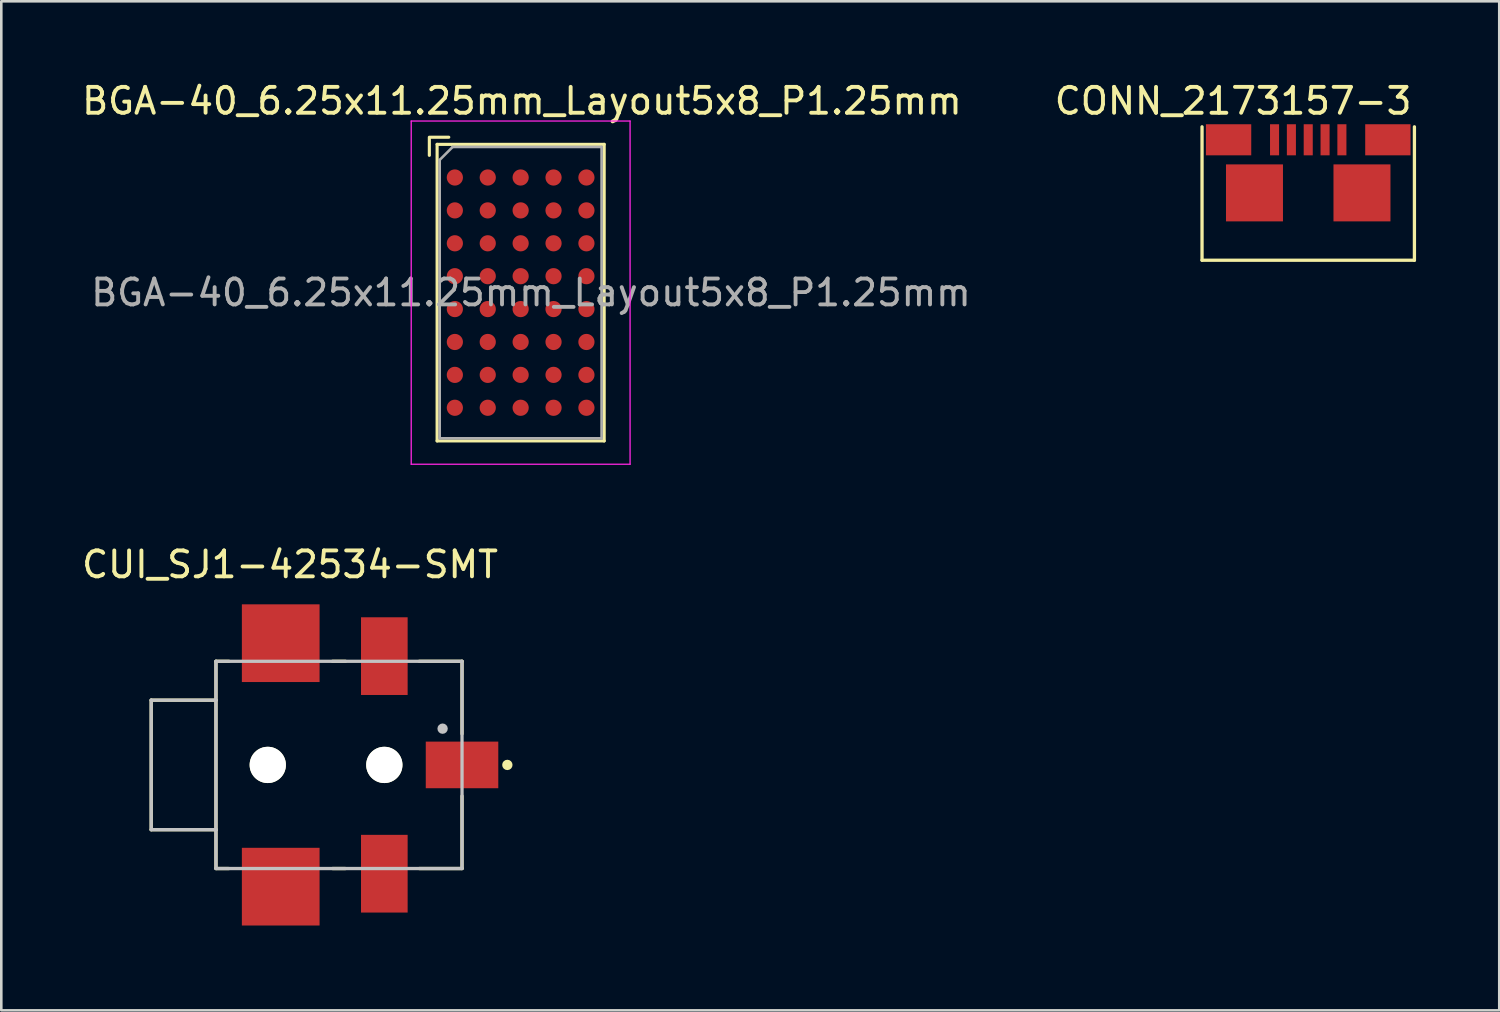
<source format=kicad_pcb>
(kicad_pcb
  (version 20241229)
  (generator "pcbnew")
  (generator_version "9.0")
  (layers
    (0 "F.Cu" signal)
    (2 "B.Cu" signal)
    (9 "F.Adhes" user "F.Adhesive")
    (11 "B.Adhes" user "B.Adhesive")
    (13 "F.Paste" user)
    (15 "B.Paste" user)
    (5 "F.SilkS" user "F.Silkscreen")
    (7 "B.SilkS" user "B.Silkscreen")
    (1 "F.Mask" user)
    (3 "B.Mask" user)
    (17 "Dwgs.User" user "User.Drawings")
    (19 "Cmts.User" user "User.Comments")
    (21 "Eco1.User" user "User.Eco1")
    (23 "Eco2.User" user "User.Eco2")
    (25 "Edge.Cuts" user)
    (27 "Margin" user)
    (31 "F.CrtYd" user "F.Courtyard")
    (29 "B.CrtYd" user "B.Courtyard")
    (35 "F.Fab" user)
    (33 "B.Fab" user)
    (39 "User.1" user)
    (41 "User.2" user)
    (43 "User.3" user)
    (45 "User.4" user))
  (footprint "CONN_2173157-3"
    (layer "F.Cu")
    (at 47.458 2.347)
    (property "Reference" "CONN_2173157-3" (at -2.9 -1.498 0) (layer "F.SilkS") (effects (font (size 1 1) (thickness 0.15))))
    (attr smd)
    (fp_line (start -4.1 -0.501) (end -4.1 4.65) (stroke (width 0.127) (type solid)) (layer "F.SilkS"))
    (fp_line (start -4.1 4.65) (end 4.1 4.65) (stroke (width 0.127) (type solid)) (layer "F.SilkS"))
    (fp_line (start 4.1 4.65) (end 4.1 -0.501) (stroke (width 0.127) (type solid)) (layer "F.SilkS"))
    (fp_line (start -4.35 -0.9) (end -4.35 4.9) (stroke (width 0.05) (type solid)) (layer "Eco1.User"))
    (fp_line (start -4.35 4.9) (end 4.35 4.9) (stroke (width 0.05) (type solid)) (layer "Eco1.User"))
    (fp_line (start 4.35 -0.9) (end -4.35 -0.9) (stroke (width 0.05) (type solid)) (layer "Eco1.User"))
    (fp_line (start 4.35 4.9) (end 4.35 -0.9) (stroke (width 0.05) (type solid)) (layer "Eco1.User"))
    (fp_line (start -4.1 -0.5) (end -4.1 4.65) (stroke (width 0.127) (type solid)) (layer "Eco2.User"))
    (fp_line (start -4.1 4.65) (end 4.1 4.65) (stroke (width 0.127) (type solid)) (layer "Eco2.User"))
    (fp_line (start 4.1 -0.5) (end -4.1 -0.5) (stroke (width 0.127) (type solid)) (layer "Eco2.User"))
    (fp_line (start 4.1 4.65) (end 4.1 -0.5) (stroke (width 0.127) (type solid)) (layer "Eco2.User"))
    (pad "1" smd rect (at -1.3 0 90) (size 1.2 0.35) (layers "F.Cu" "F.Mask" "F.Paste"))
    (pad "2" smd rect (at -0.65 0 90) (size 1.2 0.35) (layers "F.Cu" "F.Mask" "F.Paste"))
    (pad "3" smd rect (at 0 0 90) (size 1.2 0.35) (layers "F.Cu" "F.Mask" "F.Paste"))
    (pad "4" smd rect (at 0.65 0 90) (size 1.2 0.35) (layers "F.Cu" "F.Mask" "F.Paste"))
    (pad "5" smd rect (at 1.3 0 90) (size 1.2 0.35) (layers "F.Cu" "F.Mask" "F.Paste"))
    (pad "S1" smd rect (at -3.075 0) (size 1.75 1.2) (layers "F.Cu" "F.Mask" "F.Paste"))
    (pad "S2" smd rect (at 3.075 0) (size 1.75 1.2) (layers "F.Cu" "F.Mask" "F.Paste"))
    (pad "S3" smd rect (at -2.075 2.05) (size 2.2 2.2) (layers "F.Cu" "F.Mask" "F.Paste"))
    (pad "S4" smd rect (at 2.075 2.05) (size 2.2 2.2) (layers "F.Cu" "F.Mask" "F.Paste")))
  (footprint "BGA-40_6.25x11.25mm_Layout5x8_P1.25mm"
    (layer "F.Cu")
    (at 17.051 8.248)
    (property "Reference" "BGA-40_6.25x11.25mm_Layout5x8_P1.25mm" (at 0.05 -7.4 0) (layer "F.SilkS") (effects (font (size 1 1) (thickness 0.15))))
    (attr smd)
    (fp_line (start -3.525 -5.3) (end -3.525 -6) (stroke (width 0.12) (type solid)) (layer "F.SilkS"))
    (fp_line (start -3.475 -6) (end -2.775 -6) (stroke (width 0.12) (type solid)) (layer "F.SilkS"))
    (fp_line (start -3.225 -5.725) (end 3.225 -5.725) (stroke (width 0.12) (type solid)) (layer "F.SilkS"))
    (fp_line (start -3.225 5.725) (end -3.225 -5.725) (stroke (width 0.12) (type solid)) (layer "F.SilkS"))
    (fp_line (start 3.225 -5.725) (end 3.225 5.725) (stroke (width 0.12) (type solid)) (layer "F.SilkS"))
    (fp_line (start 3.225 5.725) (end -3.225 5.725) (stroke (width 0.12) (type solid)) (layer "F.SilkS"))
    (fp_line (start -4.225 -6.625) (end -4.225 6.625) (stroke (width 0.05) (type solid)) (layer "F.CrtYd"))
    (fp_line (start -4.225 -6.625) (end 4.225 -6.625) (stroke (width 0.05) (type solid)) (layer "F.CrtYd"))
    (fp_line (start 4.225 6.625) (end -4.225 6.625) (stroke (width 0.05) (type solid)) (layer "F.CrtYd"))
    (fp_line (start 4.225 6.625) (end 4.225 -6.625) (stroke (width 0.05) (type solid)) (layer "F.CrtYd"))
    (fp_line (start -3.125 -5.125) (end -2.625 -5.625) (stroke (width 0.1) (type solid)) (layer "F.Fab"))
    (fp_line (start -3.125 5.625) (end -3.125 -5.125) (stroke (width 0.1) (type solid)) (layer "F.Fab"))
    (fp_line (start -2.625 -5.625) (end 3.125 -5.625) (stroke (width 0.1) (type solid)) (layer "F.Fab"))
    (fp_line (start 3.125 -5.625) (end 3.125 5.625) (stroke (width 0.1) (type solid)) (layer "F.Fab"))
    (fp_line (start 3.125 5.625) (end -3.125 5.625) (stroke (width 0.1) (type solid)) (layer "F.Fab"))
    (fp_text user "${REFERENCE}" (at 0.4 0 0) (layer "F.Fab") (effects (font (size 1 1) (thickness 0.15))))
    (pad "A1" smd circle (at -2.54 -4.445) (size 0.625 0.625) (layers "F.Cu" "F.Mask" "F.Paste"))
    (pad "A2" smd circle (at -1.27 -4.445) (size 0.625 0.625) (layers "F.Cu" "F.Mask" "F.Paste"))
    (pad "A3" smd circle (at 0 -4.445) (size 0.625 0.625) (layers "F.Cu" "F.Mask" "F.Paste"))
    (pad "A4" smd circle (at 1.27 -4.445) (size 0.625 0.625) (layers "F.Cu" "F.Mask" "F.Paste"))
    (pad "A5" smd circle (at 2.54 -4.445) (size 0.625 0.625) (layers "F.Cu" "F.Mask" "F.Paste"))
    (pad "B1" smd circle (at -2.54 -3.175) (size 0.625 0.625) (layers "F.Cu" "F.Mask" "F.Paste"))
    (pad "B2" smd circle (at -1.27 -3.175) (size 0.625 0.625) (layers "F.Cu" "F.Mask" "F.Paste"))
    (pad "B3" smd circle (at 0 -3.175) (size 0.625 0.625) (layers "F.Cu" "F.Mask" "F.Paste"))
    (pad "B4" smd circle (at 1.27 -3.175) (size 0.625 0.625) (layers "F.Cu" "F.Mask" "F.Paste"))
    (pad "B5" smd circle (at 2.54 -3.175) (size 0.625 0.625) (layers "F.Cu" "F.Mask" "F.Paste"))
    (pad "C1" smd circle (at -2.54 -1.905) (size 0.625 0.625) (layers "F.Cu" "F.Mask" "F.Paste"))
    (pad "C2" smd circle (at -1.27 -1.905) (size 0.625 0.625) (layers "F.Cu" "F.Mask" "F.Paste"))
    (pad "C3" smd circle (at 0 -1.905) (size 0.625 0.625) (layers "F.Cu" "F.Mask" "F.Paste"))
    (pad "C4" smd circle (at 1.27 -1.905) (size 0.625 0.625) (layers "F.Cu" "F.Mask" "F.Paste"))
    (pad "C5" smd circle (at 2.54 -1.905) (size 0.625 0.625) (layers "F.Cu" "F.Mask" "F.Paste"))
    (pad "D1" smd circle (at -2.54 -0.635) (size 0.625 0.625) (layers "F.Cu" "F.Mask" "F.Paste"))
    (pad "D2" smd circle (at -1.27 -0.635) (size 0.625 0.625) (layers "F.Cu" "F.Mask" "F.Paste"))
    (pad "D3" smd circle (at 0 -0.635) (size 0.625 0.625) (layers "F.Cu" "F.Mask" "F.Paste"))
    (pad "D4" smd circle (at 1.27 -0.635) (size 0.625 0.625) (layers "F.Cu" "F.Mask" "F.Paste"))
    (pad "D5" smd circle (at 2.54 -0.635) (size 0.625 0.625) (layers "F.Cu" "F.Mask" "F.Paste"))
    (pad "E1" smd circle (at -2.54 0.635) (size 0.625 0.625) (layers "F.Cu" "F.Mask" "F.Paste"))
    (pad "E2" smd circle (at -1.27 0.635) (size 0.625 0.625) (layers "F.Cu" "F.Mask" "F.Paste"))
    (pad "E3" smd circle (at 0 0.635) (size 0.625 0.625) (layers "F.Cu" "F.Mask" "F.Paste"))
    (pad "E4" smd circle (at 1.27 0.635) (size 0.625 0.625) (layers "F.Cu" "F.Mask" "F.Paste"))
    (pad "E5" smd circle (at 2.54 0.635) (size 0.625 0.625) (layers "F.Cu" "F.Mask" "F.Paste"))
    (pad "F1" smd circle (at -2.54 1.905) (size 0.625 0.625) (layers "F.Cu" "F.Mask" "F.Paste"))
    (pad "F2" smd circle (at -1.27 1.905) (size 0.625 0.625) (layers "F.Cu" "F.Mask" "F.Paste"))
    (pad "F3" smd circle (at 0 1.905) (size 0.625 0.625) (layers "F.Cu" "F.Mask" "F.Paste"))
    (pad "F4" smd circle (at 1.27 1.905) (size 0.625 0.625) (layers "F.Cu" "F.Mask" "F.Paste"))
    (pad "F5" smd circle (at 2.54 1.905) (size 0.625 0.625) (layers "F.Cu" "F.Mask" "F.Paste"))
    (pad "G1" smd circle (at -2.54 3.175) (size 0.625 0.625) (layers "F.Cu" "F.Mask" "F.Paste"))
    (pad "G2" smd circle (at -1.27 3.175) (size 0.625 0.625) (layers "F.Cu" "F.Mask" "F.Paste"))
    (pad "G3" smd circle (at 0 3.175) (size 0.625 0.625) (layers "F.Cu" "F.Mask" "F.Paste"))
    (pad "G4" smd circle (at 1.27 3.175) (size 0.625 0.625) (layers "F.Cu" "F.Mask" "F.Paste"))
    (pad "G5" smd circle (at 2.54 3.175) (size 0.625 0.625) (layers "F.Cu" "F.Mask" "F.Paste"))
    (pad "H1" smd circle (at -2.54 4.445) (size 0.625 0.625) (layers "F.Cu" "F.Mask" "F.Paste"))
    (pad "H2" smd circle (at -1.27 4.445) (size 0.625 0.625) (layers "F.Cu" "F.Mask" "F.Paste"))
    (pad "H3" smd circle (at 0 4.445) (size 0.625 0.625) (layers "F.Cu" "F.Mask" "F.Paste"))
    (pad "H4" smd circle (at 1.27 4.445) (size 0.625 0.625) (layers "F.Cu" "F.Mask" "F.Paste"))
    (pad "H5" smd circle (at 2.54 4.445) (size 0.625 0.625) (layers "F.Cu" "F.Mask" "F.Paste")))
  (footprint "CUI_SJ1-42534-SMT"
    (layer "F.Cu")
    (at 9.538 26.482)
    (property "Reference" "CUI_SJ1-42534-SMT" (at -1.39 -7.736 0) (layer "F.SilkS") (effects (font (size 1 1) (thickness 0.15))))
    (attr smd)
    (fp_line (start -6.75 -2.5) (end -6.75 2.5) (stroke (width 0.127) (type solid)) (layer "F.SilkS"))
    (fp_line (start -6.75 2.5) (end -4.25 2.5) (stroke (width 0.127) (type solid)) (layer "F.SilkS"))
    (fp_line (start -4.25 -4) (end -4.25 -2.5) (stroke (width 0.127) (type solid)) (layer "F.SilkS"))
    (fp_line (start -4.25 -2.5) (end -6.75 -2.5) (stroke (width 0.127) (type solid)) (layer "F.SilkS"))
    (fp_line (start -4.25 -2.5) (end -4.25 2.5) (stroke (width 0.127) (type solid)) (layer "F.SilkS"))
    (fp_line (start -4.25 2.5) (end -4.25 4) (stroke (width 0.127) (type solid)) (layer "F.SilkS"))
    (fp_line (start -4.25 4) (end -3.75 4) (stroke (width 0.127) (type solid)) (layer "F.SilkS"))
    (fp_line (start -3.75 -4) (end -4.25 -4) (stroke (width 0.127) (type solid)) (layer "F.SilkS"))
    (fp_line (start 0.25 -4) (end 0.75 -4) (stroke (width 0.127) (type solid)) (layer "F.SilkS"))
    (fp_line (start 0.25 4) (end 0.75 4) (stroke (width 0.127) (type solid)) (layer "F.SilkS"))
    (fp_line (start 3.6 -4) (end 5.25 -4) (stroke (width 0.127) (type solid)) (layer "F.SilkS"))
    (fp_line (start 3.6 4) (end 5.25 4) (stroke (width 0.127) (type solid)) (layer "F.SilkS"))
    (fp_line (start 5.25 -4) (end 5.25 -1.2) (stroke (width 0.127) (type solid)) (layer "F.SilkS"))
    (fp_line (start 5.25 1.2) (end 5.25 4) (stroke (width 0.127) (type solid)) (layer "F.SilkS"))
    (fp_circle (center 7 0) (end 7.1 0) (stroke (width 0.2) (type solid)) (fill no) (layer "F.SilkS"))
    (fp_line (start -6.75 -2.5) (end -6.75 2.5) (stroke (width 0.127) (type solid)) (layer "Dwgs.User"))
    (fp_line (start -6.75 2.5) (end -4.25 2.5) (stroke (width 0.127) (type solid)) (layer "Dwgs.User"))
    (fp_line (start -4.25 -4) (end 5.25 -4) (stroke (width 0.127) (type solid)) (layer "Dwgs.User"))
    (fp_line (start -4.25 -2.5) (end -6.75 -2.5) (stroke (width 0.127) (type solid)) (layer "Dwgs.User"))
    (fp_line (start -4.25 -2.5) (end -4.25 -4) (stroke (width 0.127) (type solid)) (layer "Dwgs.User"))
    (fp_line (start -4.25 2.5) (end -4.25 -2.5) (stroke (width 0.127) (type solid)) (layer "Dwgs.User"))
    (fp_line (start -4.25 4) (end -4.25 2.5) (stroke (width 0.127) (type solid)) (layer "Dwgs.User"))
    (fp_line (start 5.25 -4) (end 5.25 4) (stroke (width 0.127) (type solid)) (layer "Dwgs.User"))
    (fp_line (start 5.25 4) (end -4.25 4) (stroke (width 0.127) (type solid)) (layer "Dwgs.User"))
    (fp_circle (center 4.5 -1.4) (end 4.6 -1.4) (stroke (width 0.2) (type solid)) (fill no) (layer "Dwgs.User"))
    (fp_line (start -7 -2.75) (end -4.5 -2.75) (stroke (width 0.05) (type solid)) (layer "Eco1.User"))
    (fp_line (start -7 2.75) (end -7 -2.75) (stroke (width 0.05) (type solid)) (layer "Eco1.User"))
    (fp_line (start -4.5 -6.45) (end 3.4 -6.45) (stroke (width 0.05) (type solid)) (layer "Eco1.User"))
    (fp_line (start -4.5 -2.75) (end -4.5 -6.45) (stroke (width 0.05) (type solid)) (layer "Eco1.User"))
    (fp_line (start -4.5 2.75) (end -7 2.75) (stroke (width 0.05) (type solid)) (layer "Eco1.User"))
    (fp_line (start -4.5 6.45) (end -4.5 2.75) (stroke (width 0.05) (type solid)) (layer "Eco1.User"))
    (fp_line (start 3.4 -6.45) (end 3.4 -4.25) (stroke (width 0.05) (type solid)) (layer "Eco1.User"))
    (fp_line (start 3.4 -4.25) (end 5.5 -4.25) (stroke (width 0.05) (type solid)) (layer "Eco1.User"))
    (fp_line (start 3.4 4.25) (end 3.4 6.45) (stroke (width 0.05) (type solid)) (layer "Eco1.User"))
    (fp_line (start 3.4 6.45) (end -4.5 6.45) (stroke (width 0.05) (type solid)) (layer "Eco1.User"))
    (fp_line (start 5.5 -4.25) (end 5.5 -1.15) (stroke (width 0.05) (type solid)) (layer "Eco1.User"))
    (fp_line (start 5.5 -1.15) (end 6.9 -1.15) (stroke (width 0.05) (type solid)) (layer "Eco1.User"))
    (fp_line (start 5.5 1.15) (end 5.5 4.25) (stroke (width 0.05) (type solid)) (layer "Eco1.User"))
    (fp_line (start 5.5 4.25) (end 3.4 4.25) (stroke (width 0.05) (type solid)) (layer "Eco1.User"))
    (fp_line (start 6.9 -1.15) (end 6.9 1.15) (stroke (width 0.05) (type solid)) (layer "Eco1.User"))
    (fp_line (start 6.9 1.15) (end 5.5 1.15) (stroke (width 0.05) (type solid)) (layer "Eco1.User"))
    (pad "" np_thru_hole circle (at -2.25 0) (size 1.4 1.4) (drill 1.4) (layers "*.Cu" "*.Mask" "F.SilkS"))
    (pad "" np_thru_hole circle (at 2.25 0) (size 1.4 1.4) (drill 1.4) (layers "*.Cu" "*.Mask" "F.SilkS"))
    (pad "1" smd rect (at 5.25 0) (size 2.8 1.8) (layers "F.Cu" "F.Mask" "F.Paste"))
    (pad "2" smd rect (at 2.25 4.2) (size 1.8 3) (layers "F.Cu" "F.Mask" "F.Paste"))
    (pad "3" smd rect (at 2.25 -4.2) (size 1.8 3) (layers "F.Cu" "F.Mask" "F.Paste"))
    (pad "4" smd rect (at -1.75 -4.7) (size 3 3) (layers "F.Cu" "F.Mask" "F.Paste"))
    (pad "4" smd rect (at -1.75 4.7) (size 3 3) (layers "F.Cu" "F.Mask" "F.Paste")))
  (gr_rect
    (start -3 -3)
    (end 54.833 35.957)
    (stroke (width 0.1) (type default))
    (fill no)
    (layer "Edge.Cuts")))
</source>
